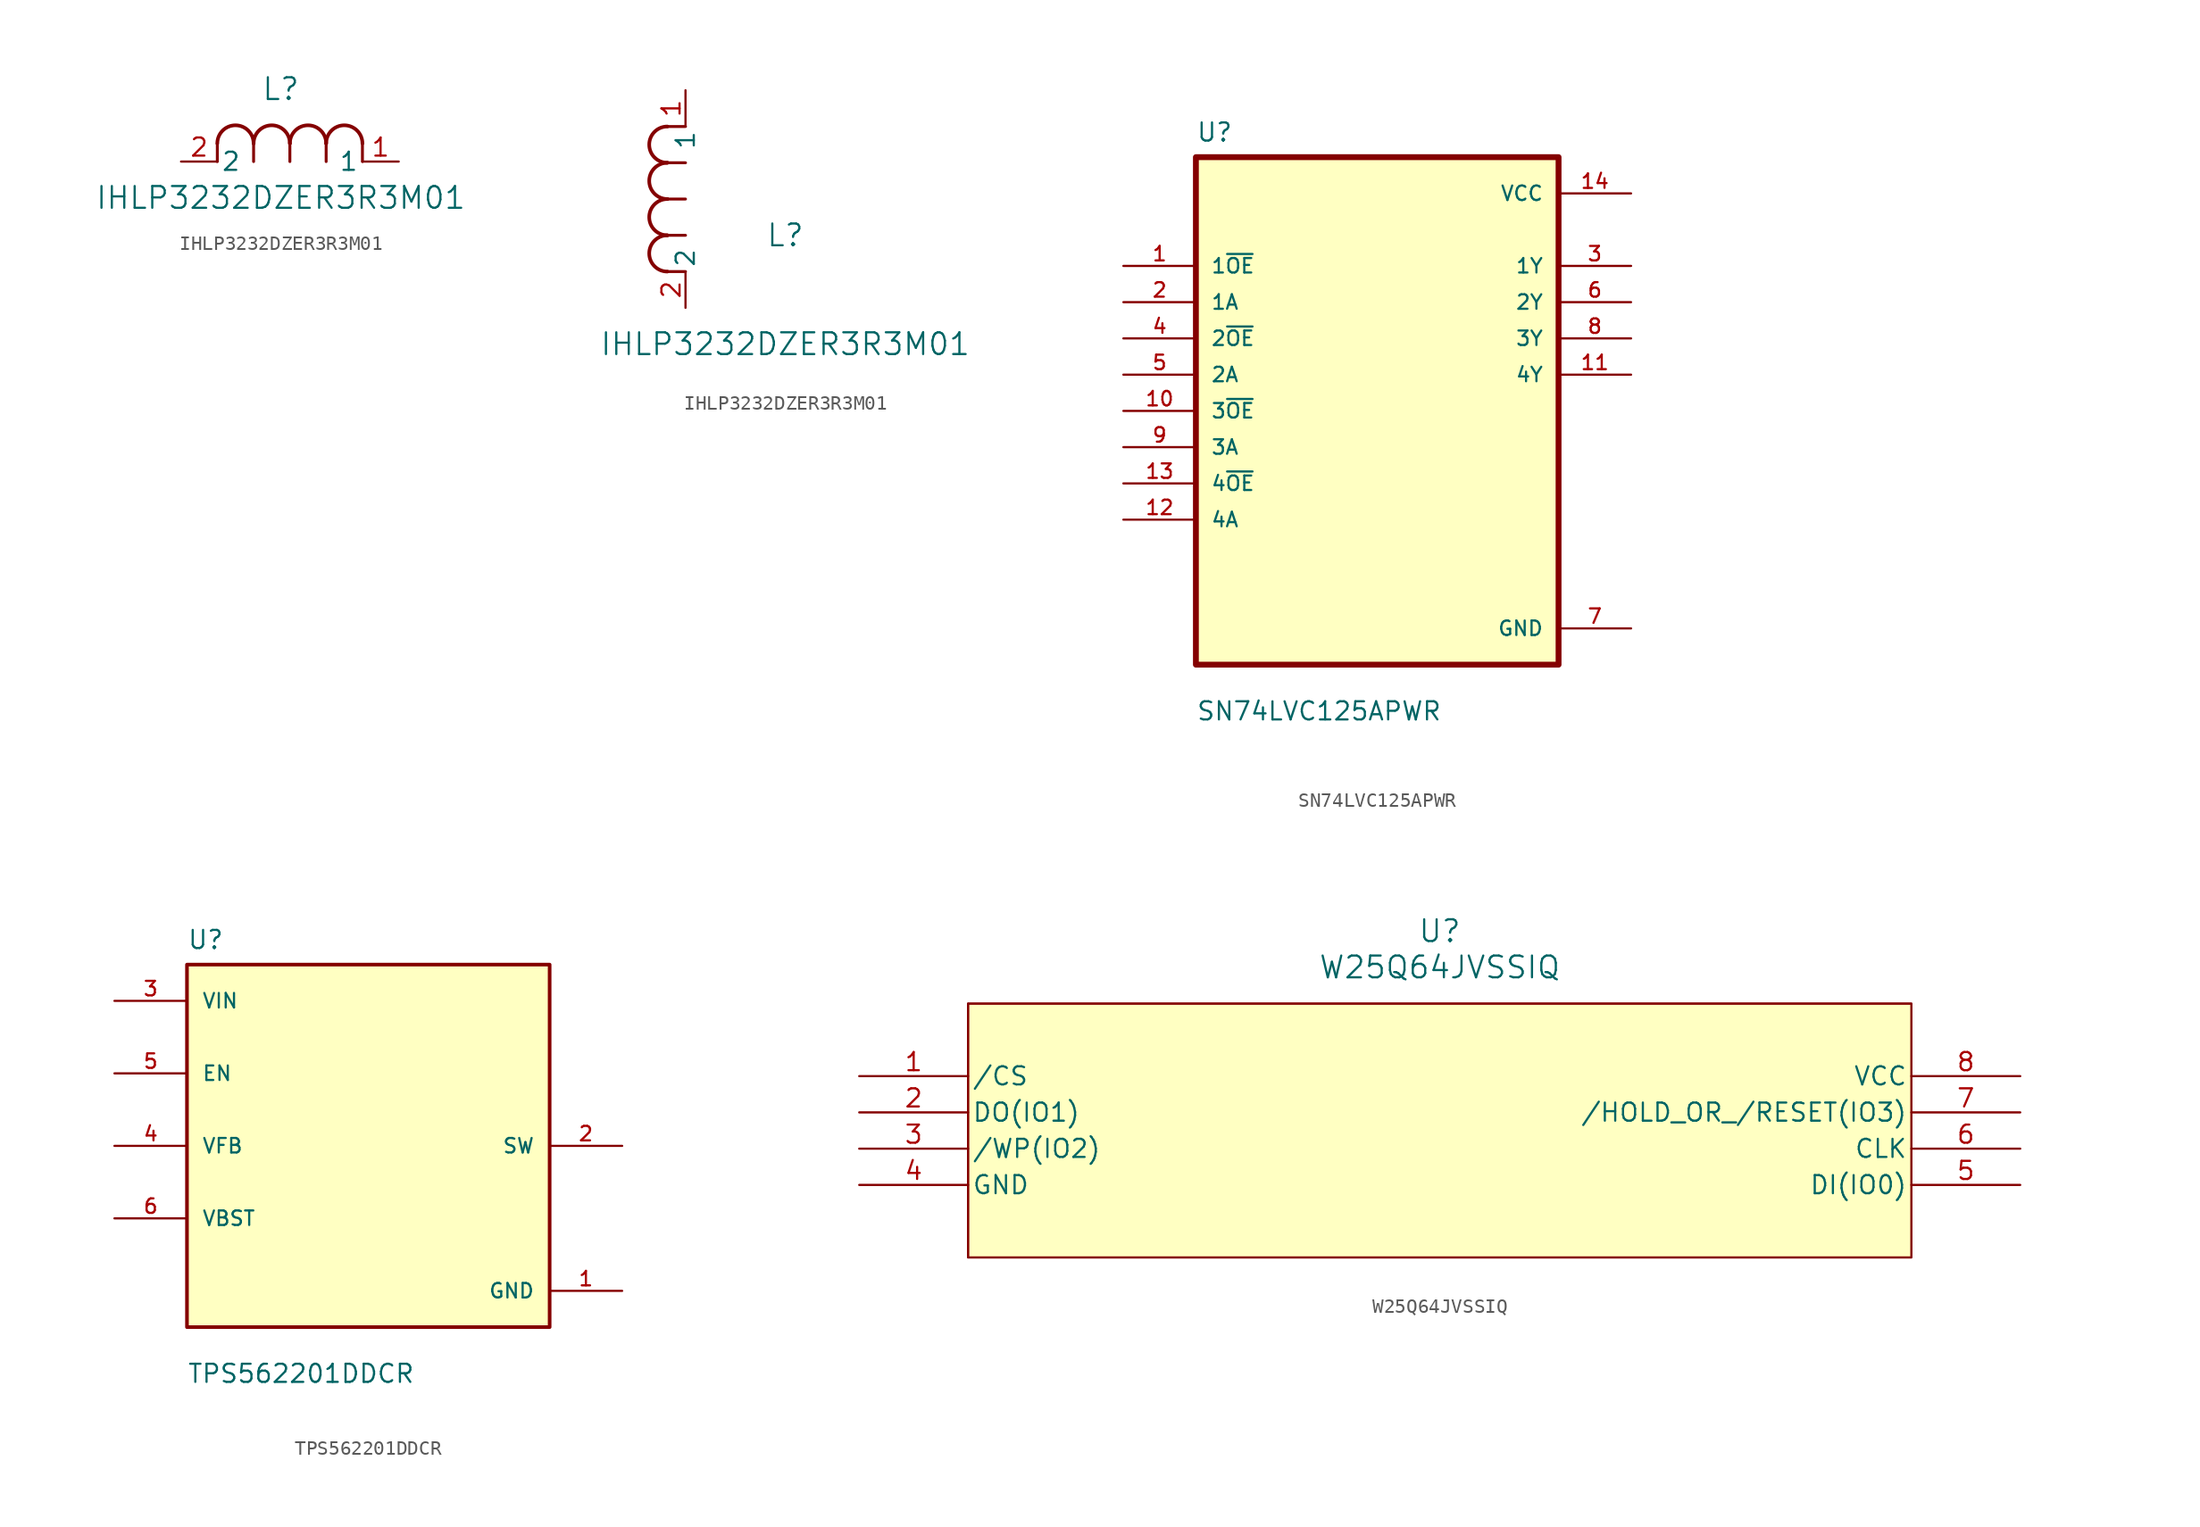
<source format=kicad_sym>
(kicad_symbol_lib
  (version 20241209)
  (generator "kicad_symbol_editor")
  (generator_version "9.0")
  (symbol "IHLP3232DZER3R3M01"
    (pin_names
      (offset 0.254))
    (property "Reference" "L"
      (at 6.985 5.08 0)
      (effects (font (size 1.524 1.524))))
    (property "Value" "IHLP3232DZER3R3M01"
      (at 6.985 -2.54 0)
      (effects (font (size 1.524 1.524))))
    (property "ki_locked" ""
      (at 0 0 0)
      (effects (font (size 1.27 1.27))))
    (symbol "IHLP3232DZER3R3M01_1_1"
      (polyline (pts (xy 2.54 0) (xy 2.54 1.27)) (stroke (width 0.203) (type default)) (fill (type none)))
      (arc (start 2.54 1.27) (mid 3.81 2.5344) (end 5.08 1.27) (stroke (width 0.254) (type default)) (fill (type none)))
      (polyline (pts (xy 5.08 0) (xy 5.08 1.27)) (stroke (width 0.203) (type default)) (fill (type none)))
      (arc (start 5.08 1.27) (mid 6.35 2.5344) (end 7.62 1.27) (stroke (width 0.254) (type default)) (fill (type none)))
      (polyline (pts (xy 7.62 0) (xy 7.62 1.27)) (stroke (width 0.203) (type default)) (fill (type none)))
      (arc (start 7.62 1.27) (mid 8.89 2.5344) (end 10.16 1.27) (stroke (width 0.254) (type default)) (fill (type none)))
      (polyline (pts (xy 10.16 0) (xy 10.16 1.27)) (stroke (width 0.203) (type default)) (fill (type none)))
      (arc (start 10.16 1.27) (mid 11.43 2.5344) (end 12.7 1.27) (stroke (width 0.254) (type default)) (fill (type none)))
      (polyline (pts (xy 12.7 0) (xy 12.7 1.27)) (stroke (width 0.203) (type default)) (fill (type none)))
      (pin unspecified line (at 0 0 0) (length 2.54) (name "2" (effects (font (size 1.27 1.27)))) (number "2" (effects (font (size 1.27 1.27)))))
      (pin unspecified line (at 15.24 0 180) (length 2.54) (name "1" (effects (font (size 1.27 1.27)))) (number "1" (effects (font (size 1.27 1.27))))))
    (symbol "IHLP3232DZER3R3M01_1_2"
      (arc (start -1.27 10.16) (mid -2.5344 11.43) (end -1.27 12.7) (stroke (width 0.254) (type default)) (fill (type none)))
      (arc (start -1.27 7.62) (mid -2.5344 8.89) (end -1.27 10.16) (stroke (width 0.254) (type default)) (fill (type none)))
      (arc (start -1.27 5.08) (mid -2.5344 6.35) (end -1.27 7.62) (stroke (width 0.254) (type default)) (fill (type none)))
      (arc (start -1.27 2.54) (mid -2.5344 3.81) (end -1.27 5.08) (stroke (width 0.254) (type default)) (fill (type none)))
      (polyline (pts (xy 0 12.7) (xy -1.27 12.7)) (stroke (width 0.203) (type default)) (fill (type none)))
      (polyline (pts (xy 0 10.16) (xy -1.27 10.16)) (stroke (width 0.203) (type default)) (fill (type none)))
      (polyline (pts (xy 0 7.62) (xy -1.27 7.62)) (stroke (width 0.203) (type default)) (fill (type none)))
      (polyline (pts (xy 0 5.08) (xy -1.27 5.08)) (stroke (width 0.203) (type default)) (fill (type none)))
      (polyline (pts (xy 0 2.54) (xy -1.27 2.54)) (stroke (width 0.203) (type default)) (fill (type none)))
      (pin unspecified line (at 0 15.24 270) (length 2.54) (name "1" (effects (font (size 1.27 1.27)))) (number "1" (effects (font (size 1.27 1.27)))))
      (pin unspecified line (at 0 0 90) (length 2.54) (name "2" (effects (font (size 1.27 1.27)))) (number "2" (effects (font (size 1.27 1.27)))))))
  (symbol "SN74LVC125APWR"
    (pin_names
      (offset 1.016))
    (property "Reference" "U"
      (at -12.7 18.78 0)
      (effects (font (size 1.27 1.27)) (justify left bottom)))
    (property "Value" "SN74LVC125APWR"
      (at -12.7 -21.78 0)
      (effects (font (size 1.27 1.27)) (justify left bottom)))
    (symbol "SN74LVC125APWR_0_0"
      (rectangle (start -12.7 -17.78) (end 12.7 17.78) (stroke (width 0.41) (type default)) (fill (type background)))
      (pin input line (at -17.78 10.16 0) (length 5.08) (name "1~{OE}" (effects (font (size 1.016 1.016)))) (number "1" (effects (font (size 1.016 1.016)))))
      (pin input line (at -17.78 7.62 0) (length 5.08) (name "1A" (effects (font (size 1.016 1.016)))) (number "2" (effects (font (size 1.016 1.016)))))
      (pin input line (at -17.78 5.08 0) (length 5.08) (name "2~{OE}" (effects (font (size 1.016 1.016)))) (number "4" (effects (font (size 1.016 1.016)))))
      (pin input line (at -17.78 2.54 0) (length 5.08) (name "2A" (effects (font (size 1.016 1.016)))) (number "5" (effects (font (size 1.016 1.016)))))
      (pin input line (at -17.78 0 0) (length 5.08) (name "3~{OE}" (effects (font (size 1.016 1.016)))) (number "10" (effects (font (size 1.016 1.016)))))
      (pin input line (at -17.78 -2.54 0) (length 5.08) (name "3A" (effects (font (size 1.016 1.016)))) (number "9" (effects (font (size 1.016 1.016)))))
      (pin input line (at -17.78 -5.08 0) (length 5.08) (name "4~{OE}" (effects (font (size 1.016 1.016)))) (number "13" (effects (font (size 1.016 1.016)))))
      (pin input line (at -17.78 -7.62 0) (length 5.08) (name "4A" (effects (font (size 1.016 1.016)))) (number "12" (effects (font (size 1.016 1.016)))))
      (pin power_in line (at 17.78 15.24 180) (length 5.08) (name "VCC" (effects (font (size 1.016 1.016)))) (number "14" (effects (font (size 1.016 1.016)))))
      (pin output line (at 17.78 10.16 180) (length 5.08) (name "1Y" (effects (font (size 1.016 1.016)))) (number "3" (effects (font (size 1.016 1.016)))))
      (pin output line (at 17.78 7.62 180) (length 5.08) (name "2Y" (effects (font (size 1.016 1.016)))) (number "6" (effects (font (size 1.016 1.016)))))
      (pin output line (at 17.78 5.08 180) (length 5.08) (name "3Y" (effects (font (size 1.016 1.016)))) (number "8" (effects (font (size 1.016 1.016)))))
      (pin output line (at 17.78 2.54 180) (length 5.08) (name "4Y" (effects (font (size 1.016 1.016)))) (number "11" (effects (font (size 1.016 1.016)))))
      (pin power_in line (at 17.78 -15.24 180) (length 5.08) (name "GND" (effects (font (size 1.016 1.016)))) (number "7" (effects (font (size 1.016 1.016)))))))
  (symbol "TPS562201DDCR"
    (pin_names
      (offset 1.016))
    (property "Reference" "U"
      (at -12.7 13.7 0)
      (effects (font (size 1.27 1.27)) (justify left bottom)))
    (property "Value" "TPS562201DDCR"
      (at -12.7 -16.7 0)
      (effects (font (size 1.27 1.27)) (justify left bottom)))
    (symbol "TPS562201DDCR_0_0"
      (rectangle (start -12.7 -12.7) (end 12.7 12.7) (stroke (width 0.254) (type default)) (fill (type background)))
      (pin power_in line (at -17.78 10.16 0) (length 5.08) (name "VIN" (effects (font (size 1.016 1.016)))) (number "3" (effects (font (size 1.016 1.016)))))
      (pin input line (at -17.78 5.08 0) (length 5.08) (name "EN" (effects (font (size 1.016 1.016)))) (number "5" (effects (font (size 1.016 1.016)))))
      (pin input line (at -17.78 0 0) (length 5.08) (name "VFB" (effects (font (size 1.016 1.016)))) (number "4" (effects (font (size 1.016 1.016)))))
      (pin input line (at -17.78 -5.08 0) (length 5.08) (name "VBST" (effects (font (size 1.016 1.016)))) (number "6" (effects (font (size 1.016 1.016)))))
      (pin bidirectional line (at 17.78 0 180) (length 5.08) (name "SW" (effects (font (size 1.016 1.016)))) (number "2" (effects (font (size 1.016 1.016)))))
      (pin power_in line (at 17.78 -10.16 180) (length 5.08) (name "GND" (effects (font (size 1.016 1.016)))) (number "1" (effects (font (size 1.016 1.016)))))))
  (symbol "W25Q64JVSSIQ"
    (pin_names
      (offset 0.254))
    (property "Reference" "U"
      (at 40.64 10.16 0)
      (effects (font (size 1.524 1.524))))
    (property "Value" "W25Q64JVSSIQ"
      (at 40.64 7.62 0)
      (effects (font (size 1.524 1.524))))
    (property "ki_locked" ""
      (at 0 0 0)
      (effects (font (size 1.27 1.27))))
    (symbol "W25Q64JVSSIQ_0_1"
      (polyline (pts (xy 7.62 5.08) (xy 7.62 -12.7)) (stroke (width 0.127) (type default)) (fill (type none)))
      (polyline (pts (xy 73.66 5.08) (xy 7.62 5.08)) (stroke (width 0.127) (type default)) (fill (type none)))
      (pin unspecified line (at 0 0 0) (length 7.62) (name "/CS" (effects (font (size 1.27 1.27)))) (number "1" (effects (font (size 1.27 1.27)))))
      (pin unspecified line (at 0 -2.54 0) (length 7.62) (name "DO(IO1)" (effects (font (size 1.27 1.27)))) (number "2" (effects (font (size 1.27 1.27)))))
      (pin unspecified line (at 0 -5.08 0) (length 7.62) (name "/WP(IO2)" (effects (font (size 1.27 1.27)))) (number "3" (effects (font (size 1.27 1.27)))))
      (pin power_out line (at 0 -7.62 0) (length 7.62) (name "GND" (effects (font (size 1.27 1.27)))) (number "4" (effects (font (size 1.27 1.27)))))
      (pin power_in line (at 81.28 0 180) (length 7.62) (name "VCC" (effects (font (size 1.27 1.27)))) (number "8" (effects (font (size 1.27 1.27)))))
      (pin unspecified line (at 81.28 -2.54 180) (length 7.62) (name "/HOLD_OR_/RESET(IO3)" (effects (font (size 1.27 1.27)))) (number "7" (effects (font (size 1.27 1.27)))))
      (pin unspecified line (at 81.28 -5.08 180) (length 7.62) (name "CLK" (effects (font (size 1.27 1.27)))) (number "6" (effects (font (size 1.27 1.27)))))
      (pin unspecified line (at 81.28 -7.62 180) (length 7.62) (name "DI(IO0)" (effects (font (size 1.27 1.27)))) (number "5" (effects (font (size 1.27 1.27))))))
    (symbol "W25Q64JVSSIQ_1_1"
      (rectangle (start 7.62 5.08) (end 73.66 -12.7) (stroke (width 0) (type default)) (fill (type background))))))
</source>
